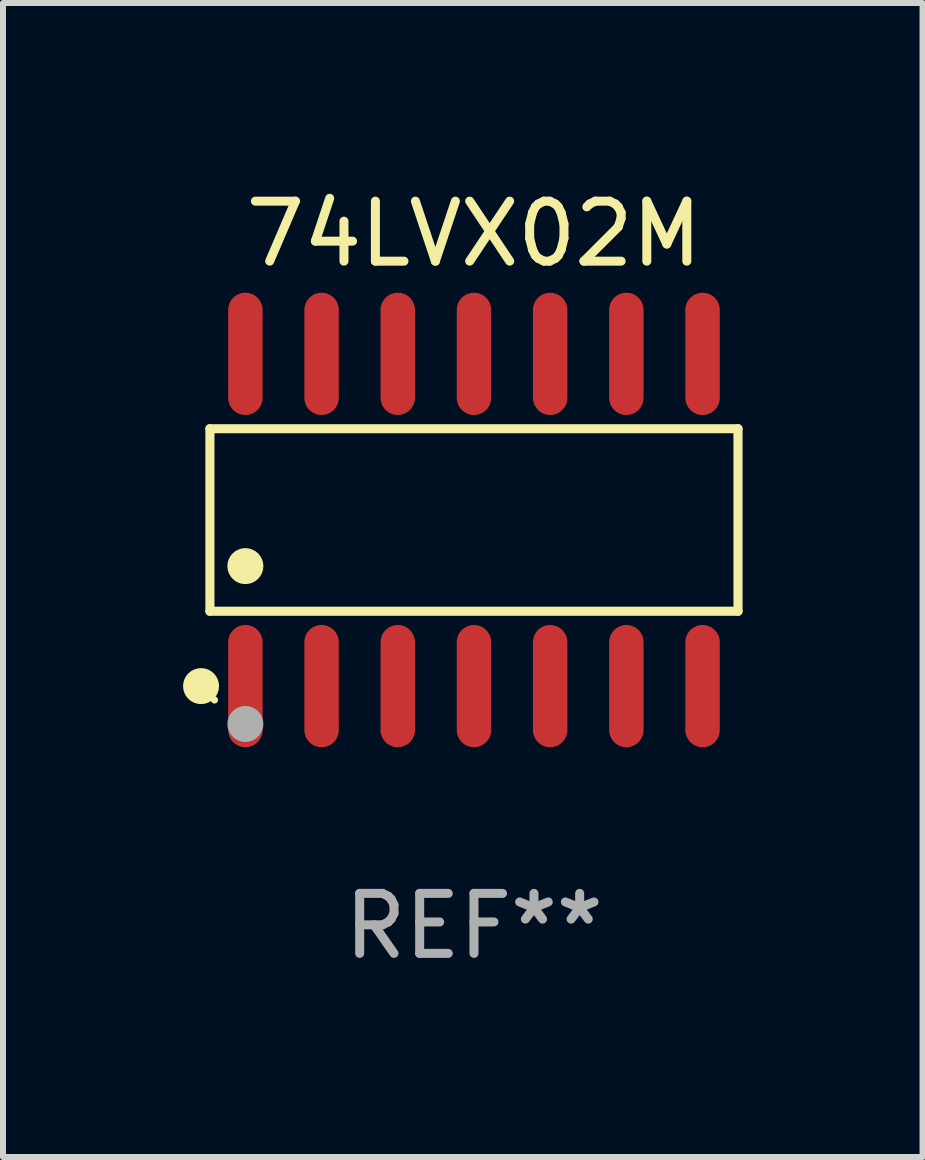
<source format=kicad_pcb>
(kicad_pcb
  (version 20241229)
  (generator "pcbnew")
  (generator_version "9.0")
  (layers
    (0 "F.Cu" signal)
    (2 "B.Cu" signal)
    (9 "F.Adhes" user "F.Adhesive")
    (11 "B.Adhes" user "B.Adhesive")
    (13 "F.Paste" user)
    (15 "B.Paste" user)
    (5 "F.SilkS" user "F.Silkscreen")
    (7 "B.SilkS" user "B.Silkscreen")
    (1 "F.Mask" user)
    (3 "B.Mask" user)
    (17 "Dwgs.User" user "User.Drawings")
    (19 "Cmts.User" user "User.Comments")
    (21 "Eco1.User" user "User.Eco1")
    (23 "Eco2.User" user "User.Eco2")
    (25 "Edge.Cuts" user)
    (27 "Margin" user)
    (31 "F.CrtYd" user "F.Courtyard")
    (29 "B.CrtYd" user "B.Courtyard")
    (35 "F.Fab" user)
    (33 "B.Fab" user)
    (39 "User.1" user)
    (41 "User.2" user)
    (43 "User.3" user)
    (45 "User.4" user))
  (footprint "74LVX02M"
    (layer "F.Cu")
    (at 4.85 5.617)
    (property "Reference" "74LVX02M" (at 0 -4.769 0) (layer "F.SilkS") (effects (font (size 1 1) (thickness 0.15))))
    (attr through_hole)
    (fp_line (start -4.401 -1.521) (end 4.401 -1.521) (stroke (width 0.152) (type solid)) (layer "F.SilkS"))
    (fp_line (start -4.401 1.521) (end -4.401 -1.521) (stroke (width 0.152) (type solid)) (layer "F.SilkS"))
    (fp_line (start 4.401 -1.521) (end 4.401 1.521) (stroke (width 0.152) (type solid)) (layer "F.SilkS"))
    (fp_line (start 4.401 1.521) (end -4.401 1.521) (stroke (width 0.152) (type solid)) (layer "F.SilkS"))
    (fp_circle (center -4.549 2.769) (end -4.399 2.769) (stroke (width 0.3) (type solid)) (fill no) (layer "F.SilkS"))
    (fp_circle (center -4.325 3) (end -4.295 3) (stroke (width 0.06) (type solid)) (fill no) (layer "F.SilkS"))
    (fp_circle (center -3.81 0.769) (end -3.66 0.769) (stroke (width 0.3) (type solid)) (fill no) (layer "F.SilkS"))
    (fp_circle (center -3.81 3.4) (end -3.66 3.4) (stroke (width 0.3) (type solid)) (fill no) (layer "F.Fab"))
    (fp_text user "REF**" (at 0 6.769 0) (layer "F.Fab") (effects (font (size 1 1) (thickness 0.15))))
    (pad "1" smd oval (at -3.81 2.769) (size 0.574 2.038) (layers "F.Cu" "F.Mask" "F.Paste"))
    (pad "2" smd oval (at -2.54 2.769) (size 0.574 2.038) (layers "F.Cu" "F.Mask" "F.Paste"))
    (pad "3" smd oval (at -1.27 2.769) (size 0.574 2.038) (layers "F.Cu" "F.Mask" "F.Paste"))
    (pad "4" smd oval (at 0 2.769) (size 0.574 2.038) (layers "F.Cu" "F.Mask" "F.Paste"))
    (pad "5" smd oval (at 1.27 2.769) (size 0.574 2.038) (layers "F.Cu" "F.Mask" "F.Paste"))
    (pad "6" smd oval (at 2.54 2.769) (size 0.574 2.038) (layers "F.Cu" "F.Mask" "F.Paste"))
    (pad "7" smd oval (at 3.81 2.769) (size 0.574 2.038) (layers "F.Cu" "F.Mask" "F.Paste"))
    (pad "8" smd oval (at 3.81 -2.769) (size 0.574 2.038) (layers "F.Cu" "F.Mask" "F.Paste"))
    (pad "9" smd oval (at 2.54 -2.769) (size 0.574 2.038) (layers "F.Cu" "F.Mask" "F.Paste"))
    (pad "10" smd oval (at 1.27 -2.769) (size 0.574 2.038) (layers "F.Cu" "F.Mask" "F.Paste"))
    (pad "11" smd oval (at 0 -2.769) (size 0.574 2.038) (layers "F.Cu" "F.Mask" "F.Paste"))
    (pad "12" smd oval (at -1.27 -2.769) (size 0.574 2.038) (layers "F.Cu" "F.Mask" "F.Paste"))
    (pad "13" smd oval (at -2.54 -2.769) (size 0.574 2.038) (layers "F.Cu" "F.Mask" "F.Paste"))
    (pad "14" smd oval (at -3.81 -2.769) (size 0.574 2.038) (layers "F.Cu" "F.Mask" "F.Paste")))
  (gr_rect
    (start -3 -3)
    (end 12.327 16.235)
    (stroke (width 0.1) (type default))
    (fill no)
    (layer "Edge.Cuts")))
</source>
